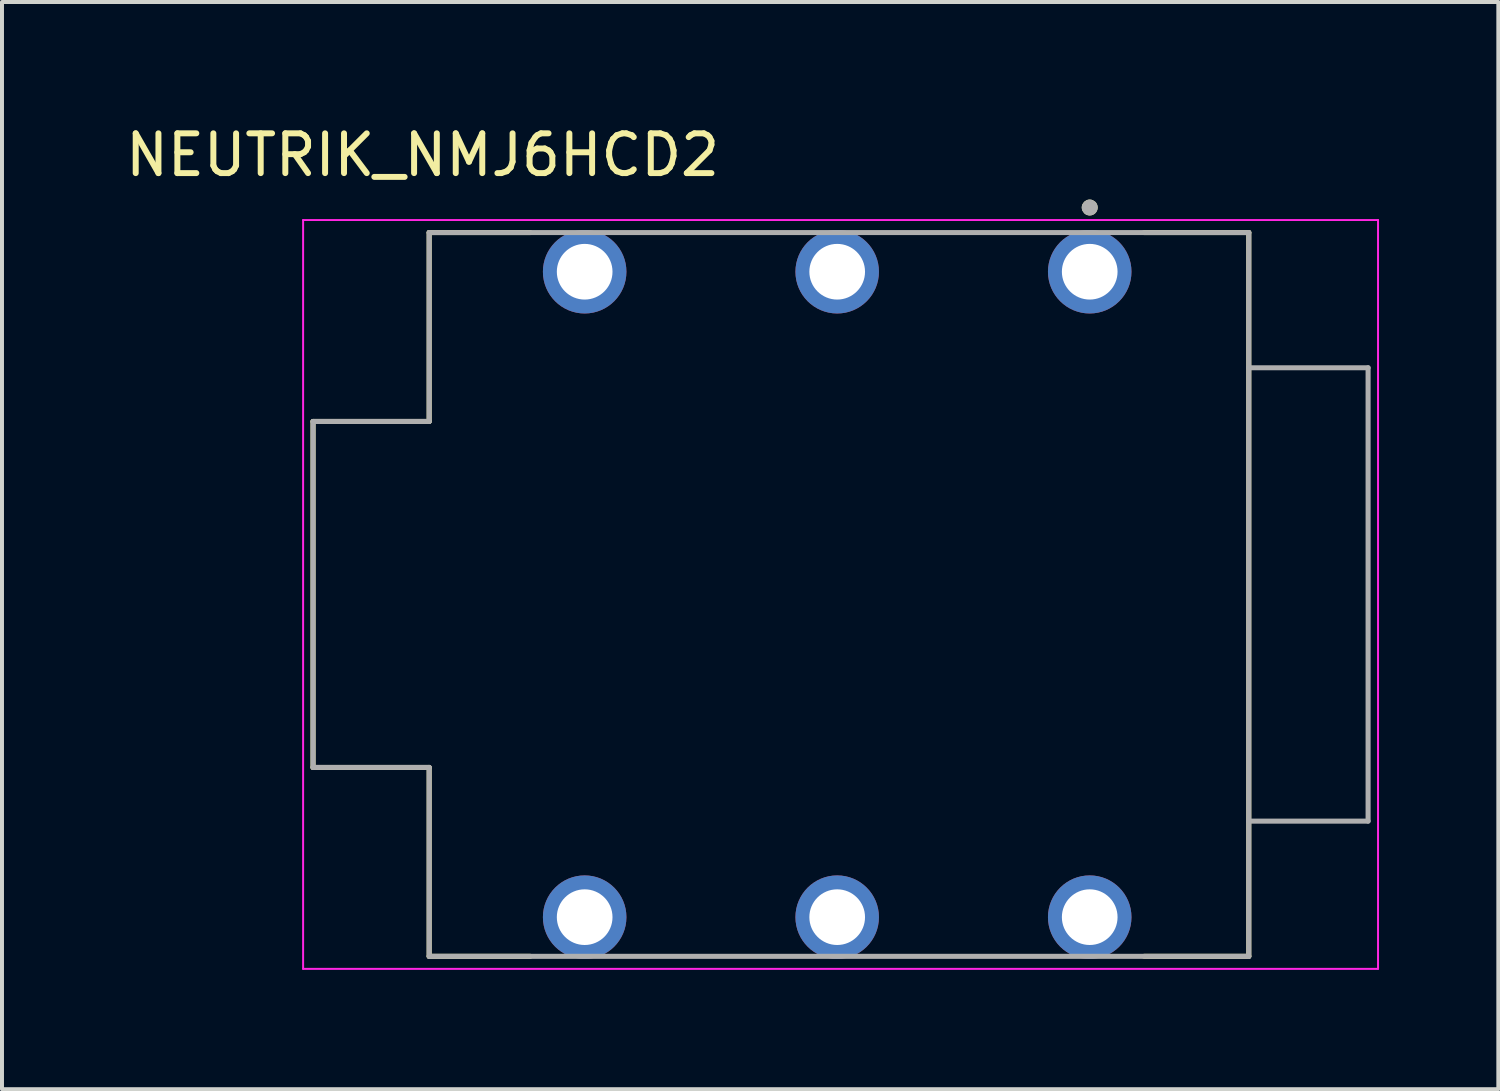
<source format=kicad_pcb>
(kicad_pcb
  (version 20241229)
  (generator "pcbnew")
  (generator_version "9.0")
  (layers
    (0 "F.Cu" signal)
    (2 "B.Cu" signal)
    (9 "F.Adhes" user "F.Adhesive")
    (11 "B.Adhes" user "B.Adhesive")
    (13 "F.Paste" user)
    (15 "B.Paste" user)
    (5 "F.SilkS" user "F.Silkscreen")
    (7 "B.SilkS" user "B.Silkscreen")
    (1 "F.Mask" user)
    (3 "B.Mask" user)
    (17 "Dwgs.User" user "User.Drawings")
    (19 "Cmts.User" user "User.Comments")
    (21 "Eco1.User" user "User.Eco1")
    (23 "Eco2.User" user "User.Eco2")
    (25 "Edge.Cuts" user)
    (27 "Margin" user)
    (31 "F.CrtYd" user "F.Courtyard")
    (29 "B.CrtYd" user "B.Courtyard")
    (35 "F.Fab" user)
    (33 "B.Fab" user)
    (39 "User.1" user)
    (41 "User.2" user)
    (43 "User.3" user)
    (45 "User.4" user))
  (footprint "NEUTRIK_NMJ6HCD2"
    (layer "F.Cu")
    (at 18.002 11.898)
    (property "Reference" "NEUTRIK_NMJ6HCD2" (at -10.425 -11.05 0) (layer "F.SilkS") (effects (font (size 1 1) (thickness 0.15))))
    (attr through_hole)
    (fp_line (start -13.18 -4.35) (end -10.26 -4.35) (stroke (width 0.127) (type solid)) (layer "F.SilkS"))
    (fp_line (start -13.18 4.35) (end -13.18 -4.35) (stroke (width 0.127) (type solid)) (layer "F.SilkS"))
    (fp_line (start -13.18 4.35) (end -10.26 4.35) (stroke (width 0.127) (type solid)) (layer "F.SilkS"))
    (fp_line (start -10.26 -4.35) (end -10.26 -9.1) (stroke (width 0.127) (type solid)) (layer "F.SilkS"))
    (fp_line (start -10.26 9.1) (end -10.26 4.35) (stroke (width 0.127) (type solid)) (layer "F.SilkS"))
    (fp_line (start -7.72 -9.1) (end -10.26 -9.1) (stroke (width 0.127) (type solid)) (layer "F.SilkS"))
    (fp_line (start -7.72 9.1) (end -10.26 9.1) (stroke (width 0.127) (type solid)) (layer "F.SilkS"))
    (fp_line (start 10.35 -9.1) (end 7.72 -9.1) (stroke (width 0.127) (type solid)) (layer "F.SilkS"))
    (fp_line (start 10.35 -9.1) (end 10.35 9.1) (stroke (width 0.127) (type solid)) (layer "F.SilkS"))
    (fp_line (start 10.35 9.1) (end 7.72 9.1) (stroke (width 0.127) (type solid)) (layer "F.SilkS"))
    (fp_circle (center 6.35 -9.73) (end 6.45 -9.73) (stroke (width 0.2) (type solid)) (fill no) (layer "F.SilkS"))
    (fp_line (start -13.43 -9.415) (end 13.6 -9.415) (stroke (width 0.05) (type solid)) (layer "F.CrtYd"))
    (fp_line (start -13.43 9.415) (end -13.43 -9.415) (stroke (width 0.05) (type solid)) (layer "F.CrtYd"))
    (fp_line (start 13.6 -9.415) (end 13.6 9.415) (stroke (width 0.05) (type solid)) (layer "F.CrtYd"))
    (fp_line (start 13.6 9.415) (end -13.43 9.415) (stroke (width 0.05) (type solid)) (layer "F.CrtYd"))
    (fp_line (start -13.18 -4.35) (end -10.26 -4.35) (stroke (width 0.127) (type solid)) (layer "F.Fab"))
    (fp_line (start -13.18 4.35) (end -13.18 -4.35) (stroke (width 0.127) (type solid)) (layer "F.Fab"))
    (fp_line (start -13.18 4.35) (end -10.26 4.35) (stroke (width 0.127) (type solid)) (layer "F.Fab"))
    (fp_line (start -10.26 -4.35) (end -10.26 -9.1) (stroke (width 0.127) (type solid)) (layer "F.Fab"))
    (fp_line (start -10.26 9.1) (end -10.26 4.35) (stroke (width 0.127) (type solid)) (layer "F.Fab"))
    (fp_line (start 10.35 -9.1) (end -10.26 -9.1) (stroke (width 0.127) (type solid)) (layer "F.Fab"))
    (fp_line (start 10.35 -5.7) (end 10.35 -9.1) (stroke (width 0.127) (type solid)) (layer "F.Fab"))
    (fp_line (start 10.35 -5.7) (end 10.35 5.7) (stroke (width 0.127) (type solid)) (layer "F.Fab"))
    (fp_line (start 10.35 -5.7) (end 13.35 -5.7) (stroke (width 0.127) (type solid)) (layer "F.Fab"))
    (fp_line (start 10.35 9.1) (end -10.26 9.1) (stroke (width 0.127) (type solid)) (layer "F.Fab"))
    (fp_line (start 10.35 9.1) (end 10.35 5.7) (stroke (width 0.127) (type solid)) (layer "F.Fab"))
    (fp_line (start 13.35 -5.7) (end 13.35 5.7) (stroke (width 0.127) (type solid)) (layer "F.Fab"))
    (fp_line (start 13.35 5.7) (end 10.35 5.7) (stroke (width 0.127) (type solid)) (layer "F.Fab"))
    (fp_circle (center 6.35 -9.73) (end 6.45 -9.73) (stroke (width 0.2) (type solid)) (fill no) (layer "F.Fab"))
    (pad "R" thru_hole circle (at 0 -8.115) (size 2.1 2.1) (drill 1.4) (layers "*.Cu" "*.Mask"))
    (pad "RN" thru_hole circle (at 0 8.115) (size 2.1 2.1) (drill 1.4) (layers "*.Cu" "*.Mask"))
    (pad "S" thru_hole circle (at 6.35 -8.115) (size 2.1 2.1) (drill 1.4) (layers "*.Cu" "*.Mask"))
    (pad "SN" thru_hole circle (at 6.35 8.115) (size 2.1 2.1) (drill 1.4) (layers "*.Cu" "*.Mask"))
    (pad "T" thru_hole circle (at -6.35 -8.115) (size 2.1 2.1) (drill 1.4) (layers "*.Cu" "*.Mask"))
    (pad "TN" thru_hole circle (at -6.35 8.115) (size 2.1 2.1) (drill 1.4) (layers "*.Cu" "*.Mask")))
  (gr_rect
    (start -3 -3)
    (end 34.627 24.338)
    (stroke (width 0.1) (type default))
    (fill no)
    (layer "Edge.Cuts")))
</source>
